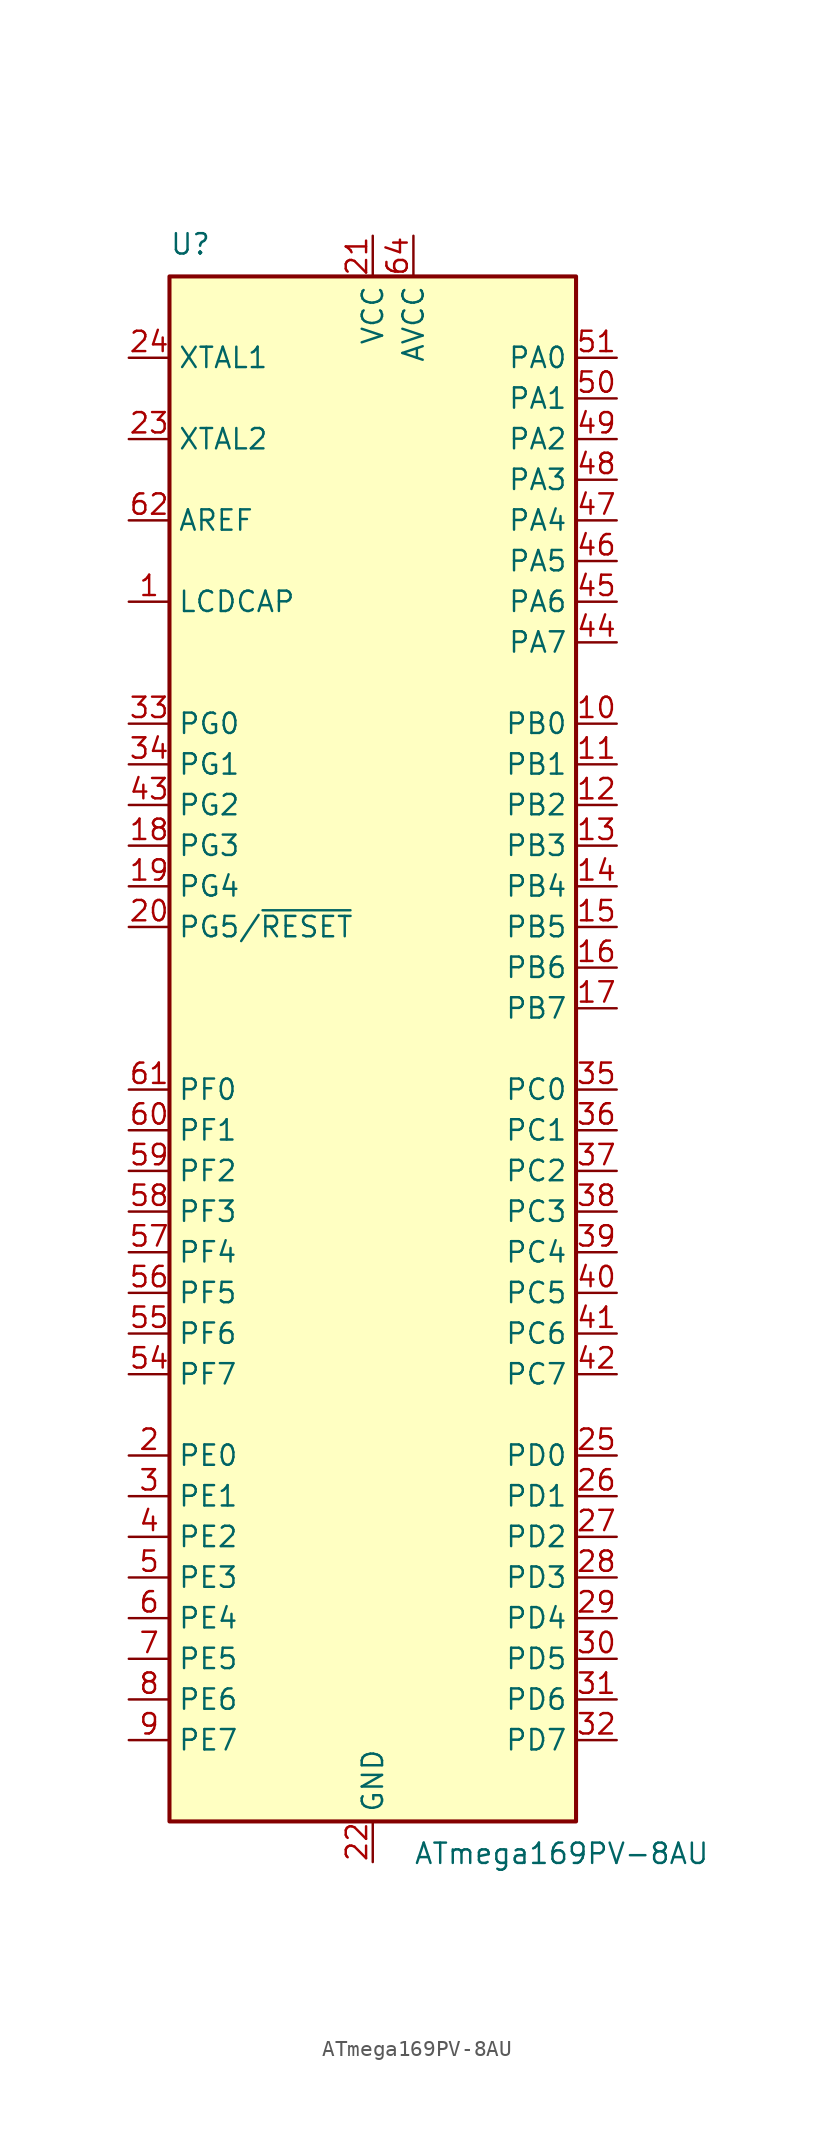
<source format=kicad_sym>
(kicad_symbol_lib
  (version 20201005)
  (generator kicad_symbol_editor)
  (symbol "ATmega169PV-8AU"
    (property "Reference" "U"
      (at -12.7 49.53 0)
      (effects (font (size 1.27 1.27)) (justify left bottom)))
    (property "Value" "ATmega169PV-8AU"
      (at 2.54 -49.53 0)
      (effects (font (size 1.27 1.27)) (justify left top)))
    (symbol "ATmega169PV-8AU_0_1"
      (rectangle (start -12.7 -48.26) (end 12.7 48.26) (stroke (width 0.254)) (fill (type background))))
    (symbol "ATmega169PV-8AU_1_1"
      (pin passive line (at -15.24 27.94 0) (length 2.54) (name "LCDCAP" (effects (font (size 1.27 1.27)))) (number "1" (effects (font (size 1.27 1.27)))))
      (pin tri_state line (at 15.24 20.32 180) (length 2.54) (name "PB0" (effects (font (size 1.27 1.27)))) (number "10" (effects (font (size 1.27 1.27)))))
      (pin tri_state line (at 15.24 17.78 180) (length 2.54) (name "PB1" (effects (font (size 1.27 1.27)))) (number "11" (effects (font (size 1.27 1.27)))))
      (pin tri_state line (at 15.24 15.24 180) (length 2.54) (name "PB2" (effects (font (size 1.27 1.27)))) (number "12" (effects (font (size 1.27 1.27)))))
      (pin tri_state line (at 15.24 12.7 180) (length 2.54) (name "PB3" (effects (font (size 1.27 1.27)))) (number "13" (effects (font (size 1.27 1.27)))))
      (pin tri_state line (at 15.24 10.16 180) (length 2.54) (name "PB4" (effects (font (size 1.27 1.27)))) (number "14" (effects (font (size 1.27 1.27)))))
      (pin tri_state line (at 15.24 7.62 180) (length 2.54) (name "PB5" (effects (font (size 1.27 1.27)))) (number "15" (effects (font (size 1.27 1.27)))))
      (pin tri_state line (at 15.24 5.08 180) (length 2.54) (name "PB6" (effects (font (size 1.27 1.27)))) (number "16" (effects (font (size 1.27 1.27)))))
      (pin tri_state line (at 15.24 2.54 180) (length 2.54) (name "PB7" (effects (font (size 1.27 1.27)))) (number "17" (effects (font (size 1.27 1.27)))))
      (pin tri_state line (at -15.24 12.7 0) (length 2.54) (name "PG3" (effects (font (size 1.27 1.27)))) (number "18" (effects (font (size 1.27 1.27)))))
      (pin tri_state line (at -15.24 10.16 0) (length 2.54) (name "PG4" (effects (font (size 1.27 1.27)))) (number "19" (effects (font (size 1.27 1.27)))))
      (pin tri_state line (at -15.24 -25.4 0) (length 2.54) (name "PE0" (effects (font (size 1.27 1.27)))) (number "2" (effects (font (size 1.27 1.27)))))
      (pin tri_state line (at -15.24 7.62 0) (length 2.54) (name "PG5/~RESET" (effects (font (size 1.27 1.27)))) (number "20" (effects (font (size 1.27 1.27)))))
      (pin power_in line (at 0 50.8 270) (length 2.54) (name "VCC" (effects (font (size 1.27 1.27)))) (number "21" (effects (font (size 1.27 1.27)))))
      (pin power_in line (at 0 -50.8 90) (length 2.54) (name "GND" (effects (font (size 1.27 1.27)))) (number "22" (effects (font (size 1.27 1.27)))))
      (pin output line (at -15.24 38.1 0) (length 2.54) (name "XTAL2" (effects (font (size 1.27 1.27)))) (number "23" (effects (font (size 1.27 1.27)))))
      (pin input line (at -15.24 43.18 0) (length 2.54) (name "XTAL1" (effects (font (size 1.27 1.27)))) (number "24" (effects (font (size 1.27 1.27)))))
      (pin tri_state line (at 15.24 -25.4 180) (length 2.54) (name "PD0" (effects (font (size 1.27 1.27)))) (number "25" (effects (font (size 1.27 1.27)))))
      (pin tri_state line (at 15.24 -27.94 180) (length 2.54) (name "PD1" (effects (font (size 1.27 1.27)))) (number "26" (effects (font (size 1.27 1.27)))))
      (pin tri_state line (at 15.24 -30.48 180) (length 2.54) (name "PD2" (effects (font (size 1.27 1.27)))) (number "27" (effects (font (size 1.27 1.27)))))
      (pin tri_state line (at 15.24 -33.02 180) (length 2.54) (name "PD3" (effects (font (size 1.27 1.27)))) (number "28" (effects (font (size 1.27 1.27)))))
      (pin tri_state line (at 15.24 -35.56 180) (length 2.54) (name "PD4" (effects (font (size 1.27 1.27)))) (number "29" (effects (font (size 1.27 1.27)))))
      (pin tri_state line (at -15.24 -27.94 0) (length 2.54) (name "PE1" (effects (font (size 1.27 1.27)))) (number "3" (effects (font (size 1.27 1.27)))))
      (pin tri_state line (at 15.24 -38.1 180) (length 2.54) (name "PD5" (effects (font (size 1.27 1.27)))) (number "30" (effects (font (size 1.27 1.27)))))
      (pin tri_state line (at 15.24 -40.64 180) (length 2.54) (name "PD6" (effects (font (size 1.27 1.27)))) (number "31" (effects (font (size 1.27 1.27)))))
      (pin tri_state line (at 15.24 -43.18 180) (length 2.54) (name "PD7" (effects (font (size 1.27 1.27)))) (number "32" (effects (font (size 1.27 1.27)))))
      (pin tri_state line (at -15.24 20.32 0) (length 2.54) (name "PG0" (effects (font (size 1.27 1.27)))) (number "33" (effects (font (size 1.27 1.27)))))
      (pin tri_state line (at -15.24 17.78 0) (length 2.54) (name "PG1" (effects (font (size 1.27 1.27)))) (number "34" (effects (font (size 1.27 1.27)))))
      (pin tri_state line (at 15.24 -2.54 180) (length 2.54) (name "PC0" (effects (font (size 1.27 1.27)))) (number "35" (effects (font (size 1.27 1.27)))))
      (pin tri_state line (at 15.24 -5.08 180) (length 2.54) (name "PC1" (effects (font (size 1.27 1.27)))) (number "36" (effects (font (size 1.27 1.27)))))
      (pin tri_state line (at 15.24 -7.62 180) (length 2.54) (name "PC2" (effects (font (size 1.27 1.27)))) (number "37" (effects (font (size 1.27 1.27)))))
      (pin tri_state line (at 15.24 -10.16 180) (length 2.54) (name "PC3" (effects (font (size 1.27 1.27)))) (number "38" (effects (font (size 1.27 1.27)))))
      (pin tri_state line (at 15.24 -12.7 180) (length 2.54) (name "PC4" (effects (font (size 1.27 1.27)))) (number "39" (effects (font (size 1.27 1.27)))))
      (pin tri_state line (at -15.24 -30.48 0) (length 2.54) (name "PE2" (effects (font (size 1.27 1.27)))) (number "4" (effects (font (size 1.27 1.27)))))
      (pin tri_state line (at 15.24 -15.24 180) (length 2.54) (name "PC5" (effects (font (size 1.27 1.27)))) (number "40" (effects (font (size 1.27 1.27)))))
      (pin tri_state line (at 15.24 -17.78 180) (length 2.54) (name "PC6" (effects (font (size 1.27 1.27)))) (number "41" (effects (font (size 1.27 1.27)))))
      (pin tri_state line (at 15.24 -20.32 180) (length 2.54) (name "PC7" (effects (font (size 1.27 1.27)))) (number "42" (effects (font (size 1.27 1.27)))))
      (pin tri_state line (at -15.24 15.24 0) (length 2.54) (name "PG2" (effects (font (size 1.27 1.27)))) (number "43" (effects (font (size 1.27 1.27)))))
      (pin tri_state line (at 15.24 25.4 180) (length 2.54) (name "PA7" (effects (font (size 1.27 1.27)))) (number "44" (effects (font (size 1.27 1.27)))))
      (pin tri_state line (at 15.24 27.94 180) (length 2.54) (name "PA6" (effects (font (size 1.27 1.27)))) (number "45" (effects (font (size 1.27 1.27)))))
      (pin tri_state line (at 15.24 30.48 180) (length 2.54) (name "PA5" (effects (font (size 1.27 1.27)))) (number "46" (effects (font (size 1.27 1.27)))))
      (pin tri_state line (at 15.24 33.02 180) (length 2.54) (name "PA4" (effects (font (size 1.27 1.27)))) (number "47" (effects (font (size 1.27 1.27)))))
      (pin tri_state line (at 15.24 35.56 180) (length 2.54) (name "PA3" (effects (font (size 1.27 1.27)))) (number "48" (effects (font (size 1.27 1.27)))))
      (pin tri_state line (at 15.24 38.1 180) (length 2.54) (name "PA2" (effects (font (size 1.27 1.27)))) (number "49" (effects (font (size 1.27 1.27)))))
      (pin tri_state line (at -15.24 -33.02 0) (length 2.54) (name "PE3" (effects (font (size 1.27 1.27)))) (number "5" (effects (font (size 1.27 1.27)))))
      (pin tri_state line (at 15.24 40.64 180) (length 2.54) (name "PA1" (effects (font (size 1.27 1.27)))) (number "50" (effects (font (size 1.27 1.27)))))
      (pin tri_state line (at 15.24 43.18 180) (length 2.54) (name "PA0" (effects (font (size 1.27 1.27)))) (number "51" (effects (font (size 1.27 1.27)))))
      (pin passive line (at 0 50.8 270) (length 2.54) hide (name "VCC" (effects (font (size 1.27 1.27)))) (number "52" (effects (font (size 1.27 1.27)))))
      (pin passive line (at 0 -50.8 90) (length 2.54) hide (name "GND" (effects (font (size 1.27 1.27)))) (number "53" (effects (font (size 1.27 1.27)))))
      (pin tri_state line (at -15.24 -20.32 0) (length 2.54) (name "PF7" (effects (font (size 1.27 1.27)))) (number "54" (effects (font (size 1.27 1.27)))))
      (pin tri_state line (at -15.24 -17.78 0) (length 2.54) (name "PF6" (effects (font (size 1.27 1.27)))) (number "55" (effects (font (size 1.27 1.27)))))
      (pin tri_state line (at -15.24 -15.24 0) (length 2.54) (name "PF5" (effects (font (size 1.27 1.27)))) (number "56" (effects (font (size 1.27 1.27)))))
      (pin tri_state line (at -15.24 -12.7 0) (length 2.54) (name "PF4" (effects (font (size 1.27 1.27)))) (number "57" (effects (font (size 1.27 1.27)))))
      (pin tri_state line (at -15.24 -10.16 0) (length 2.54) (name "PF3" (effects (font (size 1.27 1.27)))) (number "58" (effects (font (size 1.27 1.27)))))
      (pin tri_state line (at -15.24 -7.62 0) (length 2.54) (name "PF2" (effects (font (size 1.27 1.27)))) (number "59" (effects (font (size 1.27 1.27)))))
      (pin tri_state line (at -15.24 -35.56 0) (length 2.54) (name "PE4" (effects (font (size 1.27 1.27)))) (number "6" (effects (font (size 1.27 1.27)))))
      (pin tri_state line (at -15.24 -5.08 0) (length 2.54) (name "PF1" (effects (font (size 1.27 1.27)))) (number "60" (effects (font (size 1.27 1.27)))))
      (pin tri_state line (at -15.24 -2.54 0) (length 2.54) (name "PF0" (effects (font (size 1.27 1.27)))) (number "61" (effects (font (size 1.27 1.27)))))
      (pin passive line (at -15.24 33.02 0) (length 2.54) (name "AREF" (effects (font (size 1.27 1.27)))) (number "62" (effects (font (size 1.27 1.27)))))
      (pin passive line (at 0 -50.8 90) (length 2.54) hide (name "GND" (effects (font (size 1.27 1.27)))) (number "63" (effects (font (size 1.27 1.27)))))
      (pin power_in line (at 2.54 50.8 270) (length 2.54) (name "AVCC" (effects (font (size 1.27 1.27)))) (number "64" (effects (font (size 1.27 1.27)))))
      (pin tri_state line (at -15.24 -38.1 0) (length 2.54) (name "PE5" (effects (font (size 1.27 1.27)))) (number "7" (effects (font (size 1.27 1.27)))))
      (pin tri_state line (at -15.24 -40.64 0) (length 2.54) (name "PE6" (effects (font (size 1.27 1.27)))) (number "8" (effects (font (size 1.27 1.27)))))
      (pin tri_state line (at -15.24 -43.18 0) (length 2.54) (name "PE7" (effects (font (size 1.27 1.27)))) (number "9" (effects (font (size 1.27 1.27))))))))
</source>
